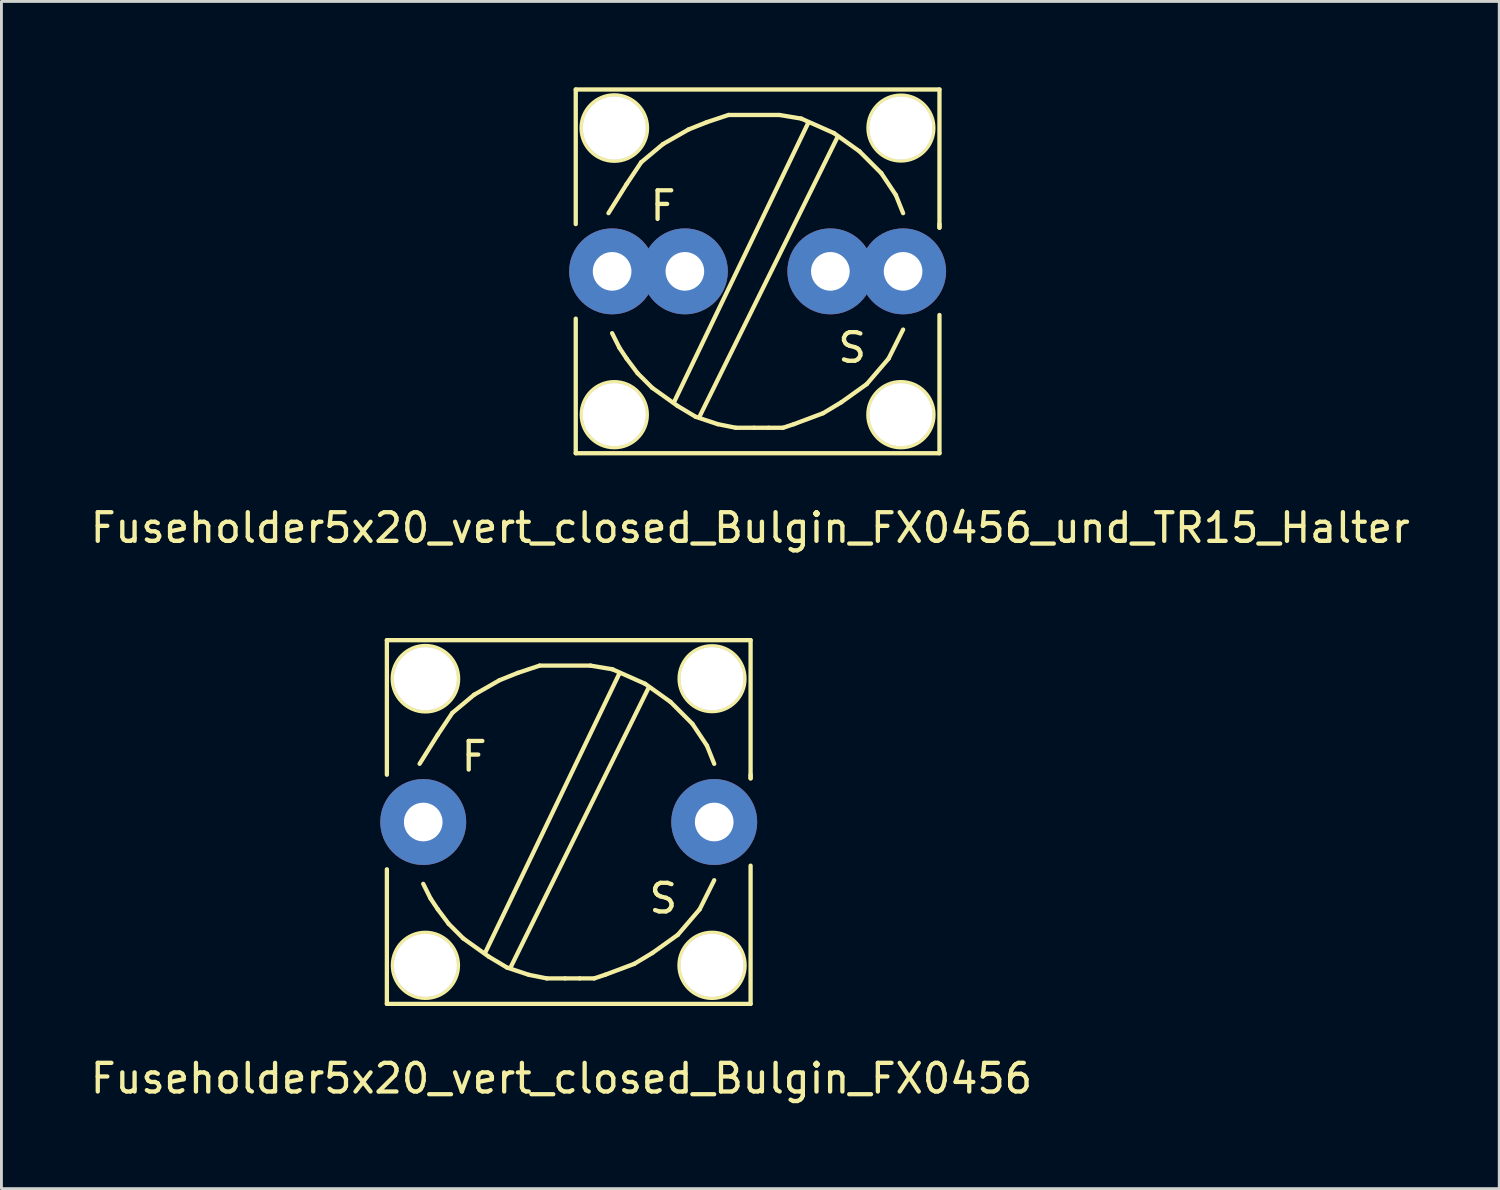
<source format=kicad_pcb>
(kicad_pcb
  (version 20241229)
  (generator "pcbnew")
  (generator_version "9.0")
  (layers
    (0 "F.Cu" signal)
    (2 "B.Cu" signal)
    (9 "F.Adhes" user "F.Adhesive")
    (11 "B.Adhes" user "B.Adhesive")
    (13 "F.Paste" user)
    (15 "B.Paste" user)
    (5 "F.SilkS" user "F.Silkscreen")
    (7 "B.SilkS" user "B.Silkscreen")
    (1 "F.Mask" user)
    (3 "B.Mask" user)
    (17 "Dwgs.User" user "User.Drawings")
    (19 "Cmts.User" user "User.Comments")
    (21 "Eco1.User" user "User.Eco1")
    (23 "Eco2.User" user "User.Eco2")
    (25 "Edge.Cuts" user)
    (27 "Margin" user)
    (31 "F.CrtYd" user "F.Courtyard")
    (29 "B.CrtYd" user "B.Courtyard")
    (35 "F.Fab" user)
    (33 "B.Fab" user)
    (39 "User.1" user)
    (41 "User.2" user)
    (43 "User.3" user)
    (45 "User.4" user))
  (footprint "Fuseholder5x20_vert_closed_Bulgin_FX0456"
    (layer "F.Cu")
    (at 16.808 25.652)
    (property "Reference" "Fuseholder5x20_vert_closed_Bulgin_FX0456" (at -0.254 8.954 0) (layer "F.SilkS") (effects (font (size 1 1) (thickness 0.15))))
    (fp_line (start -6.35 -6.35) (end -6.35 -1.651) (stroke (width 0.15) (type solid)) (layer "F.SilkS"))
    (fp_line (start -6.35 6.35) (end -6.35 1.651) (stroke (width 0.15) (type solid)) (layer "F.SilkS"))
    (fp_line (start -6.35 6.35) (end 6.35 6.35) (stroke (width 0.15) (type solid)) (layer "F.SilkS"))
    (fp_line (start -5.08 2.159) (end -4.826 2.667) (stroke (width 0.15) (type solid)) (layer "F.SilkS"))
    (fp_line (start -4.826 2.667) (end -4.572 3.048) (stroke (width 0.15) (type solid)) (layer "F.SilkS"))
    (fp_line (start -4.572 -3.048) (end -5.207 -2.032) (stroke (width 0.15) (type solid)) (layer "F.SilkS"))
    (fp_line (start -4.572 3.048) (end -4.191 3.556) (stroke (width 0.15) (type solid)) (layer "F.SilkS"))
    (fp_line (start -4.191 3.556) (end -3.683 4.064) (stroke (width 0.15) (type solid)) (layer "F.SilkS"))
    (fp_line (start -4.064 -3.81) (end -4.572 -3.048) (stroke (width 0.15) (type solid)) (layer "F.SilkS"))
    (fp_line (start -3.683 4.064) (end -2.794 4.699) (stroke (width 0.15) (type solid)) (layer "F.SilkS"))
    (fp_line (start -3.302 -4.445) (end -4.064 -3.81) (stroke (width 0.15) (type solid)) (layer "F.SilkS"))
    (fp_line (start -2.794 4.699) (end -2.159 5.08) (stroke (width 0.15) (type solid)) (layer "F.SilkS"))
    (fp_line (start -2.413 -4.953) (end -3.302 -4.445) (stroke (width 0.15) (type solid)) (layer "F.SilkS"))
    (fp_line (start -2.159 5.08) (end -1.397 5.334) (stroke (width 0.15) (type solid)) (layer "F.SilkS"))
    (fp_line (start -1.778 -5.207) (end -2.413 -4.953) (stroke (width 0.15) (type solid)) (layer "F.SilkS"))
    (fp_line (start -1.397 5.334) (end -0.762 5.461) (stroke (width 0.15) (type solid)) (layer "F.SilkS"))
    (fp_line (start -1.016 -5.461) (end -1.778 -5.207) (stroke (width 0.15) (type solid)) (layer "F.SilkS"))
    (fp_line (start -0.762 5.461) (end -0.127 5.461) (stroke (width 0.15) (type solid)) (layer "F.SilkS"))
    (fp_line (start -0.127 5.461) (end 0.381 5.461) (stroke (width 0.15) (type solid)) (layer "F.SilkS"))
    (fp_line (start 0.381 5.461) (end 0.889 5.461) (stroke (width 0.15) (type solid)) (layer "F.SilkS"))
    (fp_line (start 0.762 -5.461) (end -1.016 -5.461) (stroke (width 0.15) (type solid)) (layer "F.SilkS"))
    (fp_line (start 0.889 5.461) (end 1.27 5.334) (stroke (width 0.15) (type solid)) (layer "F.SilkS"))
    (fp_line (start 1.27 5.334) (end 2.286 4.953) (stroke (width 0.15) (type solid)) (layer "F.SilkS"))
    (fp_line (start 1.524 -5.334) (end 0.762 -5.461) (stroke (width 0.15) (type solid)) (layer "F.SilkS"))
    (fp_line (start 1.778 -5.207) (end -2.921 4.572) (stroke (width 0.15) (type solid)) (layer "F.SilkS"))
    (fp_line (start 2.286 4.953) (end 2.921 4.572) (stroke (width 0.15) (type solid)) (layer "F.SilkS"))
    (fp_line (start 2.667 -4.826) (end 1.524 -5.334) (stroke (width 0.15) (type solid)) (layer "F.SilkS"))
    (fp_line (start 2.794 -4.699) (end -2.032 5.08) (stroke (width 0.15) (type solid)) (layer "F.SilkS"))
    (fp_line (start 2.921 4.572) (end 3.81 3.937) (stroke (width 0.15) (type solid)) (layer "F.SilkS"))
    (fp_line (start 3.556 -4.191) (end 2.667 -4.826) (stroke (width 0.15) (type solid)) (layer "F.SilkS"))
    (fp_line (start 3.81 3.937) (end 4.572 3.048) (stroke (width 0.15) (type solid)) (layer "F.SilkS"))
    (fp_line (start 4.318 -3.429) (end 3.556 -4.191) (stroke (width 0.15) (type solid)) (layer "F.SilkS"))
    (fp_line (start 4.572 3.048) (end 5.08 2.032) (stroke (width 0.15) (type solid)) (layer "F.SilkS"))
    (fp_line (start 4.826 -2.667) (end 4.318 -3.429) (stroke (width 0.15) (type solid)) (layer "F.SilkS"))
    (fp_line (start 5.08 -2.032) (end 4.826 -2.667) (stroke (width 0.15) (type solid)) (layer "F.SilkS"))
    (fp_line (start 6.35 -6.35) (end -6.35 -6.35) (stroke (width 0.15) (type solid)) (layer "F.SilkS"))
    (fp_line (start 6.35 -6.35) (end 6.35 -1.524) (stroke (width 0.15) (type solid)) (layer "F.SilkS"))
    (fp_line (start 6.35 -1.524) (end 6.35 -1.651) (stroke (width 0.15) (type solid)) (layer "F.SilkS"))
    (fp_line (start 6.35 6.35) (end 6.35 1.524) (stroke (width 0.15) (type solid)) (layer "F.SilkS"))
    (fp_circle (center -5.004 -5.004) (end -4.597 -3.937) (stroke (width 0.15) (type solid)) (fill no) (layer "F.SilkS"))
    (fp_circle (center -5.004 5.004) (end -4.496 6.02) (stroke (width 0.15) (type solid)) (fill no) (layer "F.SilkS"))
    (fp_circle (center 5.004 -5.004) (end 5.385 -3.937) (stroke (width 0.15) (type solid)) (fill no) (layer "F.SilkS"))
    (fp_circle (center 5.004 5.004) (end 5.563 5.994) (stroke (width 0.15) (type solid)) (fill no) (layer "F.SilkS"))
    (fp_text user "F" (at -3.302 -2.286 0) (layer "F.SilkS") (effects (font (size 1 1) (thickness 0.15))))
    (fp_text user "S" (at 3.302 2.667 0) (layer "F.SilkS") (effects (font (size 1 1) (thickness 0.15))))
    (pad "1" thru_hole circle (at -5.08 0) (size 3 3) (drill 1.349) (layers "*.Cu" "*.Mask"))
    (pad "2" thru_hole circle (at 5.08 0) (size 3 3) (drill 1.349) (layers "*.Cu" "*.Mask"))
    (pad "3" thru_hole circle (at -5.004 -5.004) (size 2.2 2.2) (drill 2.2) (layers "*.Cu" "Dwgs.User"))
    (pad "3" thru_hole circle (at -5.004 5.004) (size 2.2 2.2) (drill 2.2) (layers "*.Cu" "Dwgs.User"))
    (pad "3" thru_hole circle (at 5.004 -5.004) (size 2.2 2.2) (drill 2.2) (layers "*.Cu" "Dwgs.User"))
    (pad "3" thru_hole circle (at 5.004 5.004) (size 2.2 2.2) (drill 2.2) (layers "*.Cu" "Dwgs.User")))
  (footprint "Fuseholder5x20_vert_closed_Bulgin_FX0456_und_TR15_Halter"
    (layer "F.Cu")
    (at 23.403 6.425)
    (property "Reference" "Fuseholder5x20_vert_closed_Bulgin_FX0456_und_TR15_Halter" (at -0.254 8.954 0) (layer "F.SilkS") (effects (font (size 1 1) (thickness 0.15))))
    (fp_line (start -6.35 -6.35) (end -6.35 -1.651) (stroke (width 0.15) (type solid)) (layer "F.SilkS"))
    (fp_line (start -6.35 6.35) (end -6.35 1.651) (stroke (width 0.15) (type solid)) (layer "F.SilkS"))
    (fp_line (start -6.35 6.35) (end 6.35 6.35) (stroke (width 0.15) (type solid)) (layer "F.SilkS"))
    (fp_line (start -5.08 2.159) (end -4.826 2.667) (stroke (width 0.15) (type solid)) (layer "F.SilkS"))
    (fp_line (start -4.826 2.667) (end -4.572 3.048) (stroke (width 0.15) (type solid)) (layer "F.SilkS"))
    (fp_line (start -4.572 -3.048) (end -5.207 -2.032) (stroke (width 0.15) (type solid)) (layer "F.SilkS"))
    (fp_line (start -4.572 3.048) (end -4.191 3.556) (stroke (width 0.15) (type solid)) (layer "F.SilkS"))
    (fp_line (start -4.191 3.556) (end -3.683 4.064) (stroke (width 0.15) (type solid)) (layer "F.SilkS"))
    (fp_line (start -4.064 -3.81) (end -4.572 -3.048) (stroke (width 0.15) (type solid)) (layer "F.SilkS"))
    (fp_line (start -3.683 4.064) (end -2.794 4.699) (stroke (width 0.15) (type solid)) (layer "F.SilkS"))
    (fp_line (start -3.302 -4.445) (end -4.064 -3.81) (stroke (width 0.15) (type solid)) (layer "F.SilkS"))
    (fp_line (start -2.794 4.699) (end -2.159 5.08) (stroke (width 0.15) (type solid)) (layer "F.SilkS"))
    (fp_line (start -2.413 -4.953) (end -3.302 -4.445) (stroke (width 0.15) (type solid)) (layer "F.SilkS"))
    (fp_line (start -2.159 5.08) (end -1.397 5.334) (stroke (width 0.15) (type solid)) (layer "F.SilkS"))
    (fp_line (start -1.778 -5.207) (end -2.413 -4.953) (stroke (width 0.15) (type solid)) (layer "F.SilkS"))
    (fp_line (start -1.397 5.334) (end -0.762 5.461) (stroke (width 0.15) (type solid)) (layer "F.SilkS"))
    (fp_line (start -1.016 -5.461) (end -1.778 -5.207) (stroke (width 0.15) (type solid)) (layer "F.SilkS"))
    (fp_line (start -0.762 5.461) (end -0.127 5.461) (stroke (width 0.15) (type solid)) (layer "F.SilkS"))
    (fp_line (start -0.127 5.461) (end 0.381 5.461) (stroke (width 0.15) (type solid)) (layer "F.SilkS"))
    (fp_line (start 0.381 5.461) (end 0.889 5.461) (stroke (width 0.15) (type solid)) (layer "F.SilkS"))
    (fp_line (start 0.762 -5.461) (end -1.016 -5.461) (stroke (width 0.15) (type solid)) (layer "F.SilkS"))
    (fp_line (start 0.889 5.461) (end 1.27 5.334) (stroke (width 0.15) (type solid)) (layer "F.SilkS"))
    (fp_line (start 1.27 5.334) (end 2.286 4.953) (stroke (width 0.15) (type solid)) (layer "F.SilkS"))
    (fp_line (start 1.524 -5.334) (end 0.762 -5.461) (stroke (width 0.15) (type solid)) (layer "F.SilkS"))
    (fp_line (start 1.778 -5.207) (end -2.921 4.572) (stroke (width 0.15) (type solid)) (layer "F.SilkS"))
    (fp_line (start 2.286 4.953) (end 2.921 4.572) (stroke (width 0.15) (type solid)) (layer "F.SilkS"))
    (fp_line (start 2.667 -4.826) (end 1.524 -5.334) (stroke (width 0.15) (type solid)) (layer "F.SilkS"))
    (fp_line (start 2.794 -4.699) (end -2.032 5.08) (stroke (width 0.15) (type solid)) (layer "F.SilkS"))
    (fp_line (start 2.921 4.572) (end 3.81 3.937) (stroke (width 0.15) (type solid)) (layer "F.SilkS"))
    (fp_line (start 3.556 -4.191) (end 2.667 -4.826) (stroke (width 0.15) (type solid)) (layer "F.SilkS"))
    (fp_line (start 3.81 3.937) (end 4.572 3.048) (stroke (width 0.15) (type solid)) (layer "F.SilkS"))
    (fp_line (start 4.318 -3.429) (end 3.556 -4.191) (stroke (width 0.15) (type solid)) (layer "F.SilkS"))
    (fp_line (start 4.572 3.048) (end 5.08 2.032) (stroke (width 0.15) (type solid)) (layer "F.SilkS"))
    (fp_line (start 4.826 -2.667) (end 4.318 -3.429) (stroke (width 0.15) (type solid)) (layer "F.SilkS"))
    (fp_line (start 5.08 -2.032) (end 4.826 -2.667) (stroke (width 0.15) (type solid)) (layer "F.SilkS"))
    (fp_line (start 6.35 -6.35) (end -6.35 -6.35) (stroke (width 0.15) (type solid)) (layer "F.SilkS"))
    (fp_line (start 6.35 -6.35) (end 6.35 -1.524) (stroke (width 0.15) (type solid)) (layer "F.SilkS"))
    (fp_line (start 6.35 -1.524) (end 6.35 -1.651) (stroke (width 0.15) (type solid)) (layer "F.SilkS"))
    (fp_line (start 6.35 6.35) (end 6.35 1.524) (stroke (width 0.15) (type solid)) (layer "F.SilkS"))
    (fp_circle (center -5.004 -5.004) (end -4.597 -3.937) (stroke (width 0.15) (type solid)) (fill no) (layer "F.SilkS"))
    (fp_circle (center -5.004 5.004) (end -4.496 6.02) (stroke (width 0.15) (type solid)) (fill no) (layer "F.SilkS"))
    (fp_circle (center 5.004 -5.004) (end 5.385 -3.937) (stroke (width 0.15) (type solid)) (fill no) (layer "F.SilkS"))
    (fp_circle (center 5.004 5.004) (end 5.563 5.994) (stroke (width 0.15) (type solid)) (fill no) (layer "F.SilkS"))
    (fp_text user "S" (at 3.302 2.667 0) (layer "F.SilkS") (effects (font (size 1 1) (thickness 0.15))))
    (fp_text user "F" (at -3.302 -2.286 0) (layer "F.SilkS") (effects (font (size 1 1) (thickness 0.15))))
    (pad "1" thru_hole circle (at -5.08 0) (size 3 3) (drill 1.349) (layers "*.Cu" "*.Mask"))
    (pad "1" thru_hole circle (at -2.54 0) (size 3 3) (drill 1.349) (layers "*.Cu" "*.Mask"))
    (pad "2" thru_hole circle (at 2.54 0) (size 3 3) (drill 1.349) (layers "*.Cu" "*.Mask"))
    (pad "2" thru_hole circle (at 5.08 0) (size 3 3) (drill 1.349) (layers "*.Cu" "*.Mask"))
    (pad "3" thru_hole circle (at -5.004 -5.004) (size 2.2 2.2) (drill 2.2) (layers "*.Cu" "Dwgs.User"))
    (pad "3" thru_hole circle (at -5.004 5.004) (size 2.2 2.2) (drill 2.2) (layers "*.Cu" "Dwgs.User"))
    (pad "3" thru_hole circle (at 5.004 -5.004) (size 2.2 2.2) (drill 2.2) (layers "*.Cu" "Dwgs.User"))
    (pad "3" thru_hole circle (at 5.004 5.004) (size 2.2 2.2) (drill 2.2) (layers "*.Cu" "Dwgs.User")))
  (gr_rect
    (start -3 -3)
    (end 49.298 38.453)
    (stroke (width 0.1) (type default))
    (fill no)
    (layer "Edge.Cuts")))
</source>
